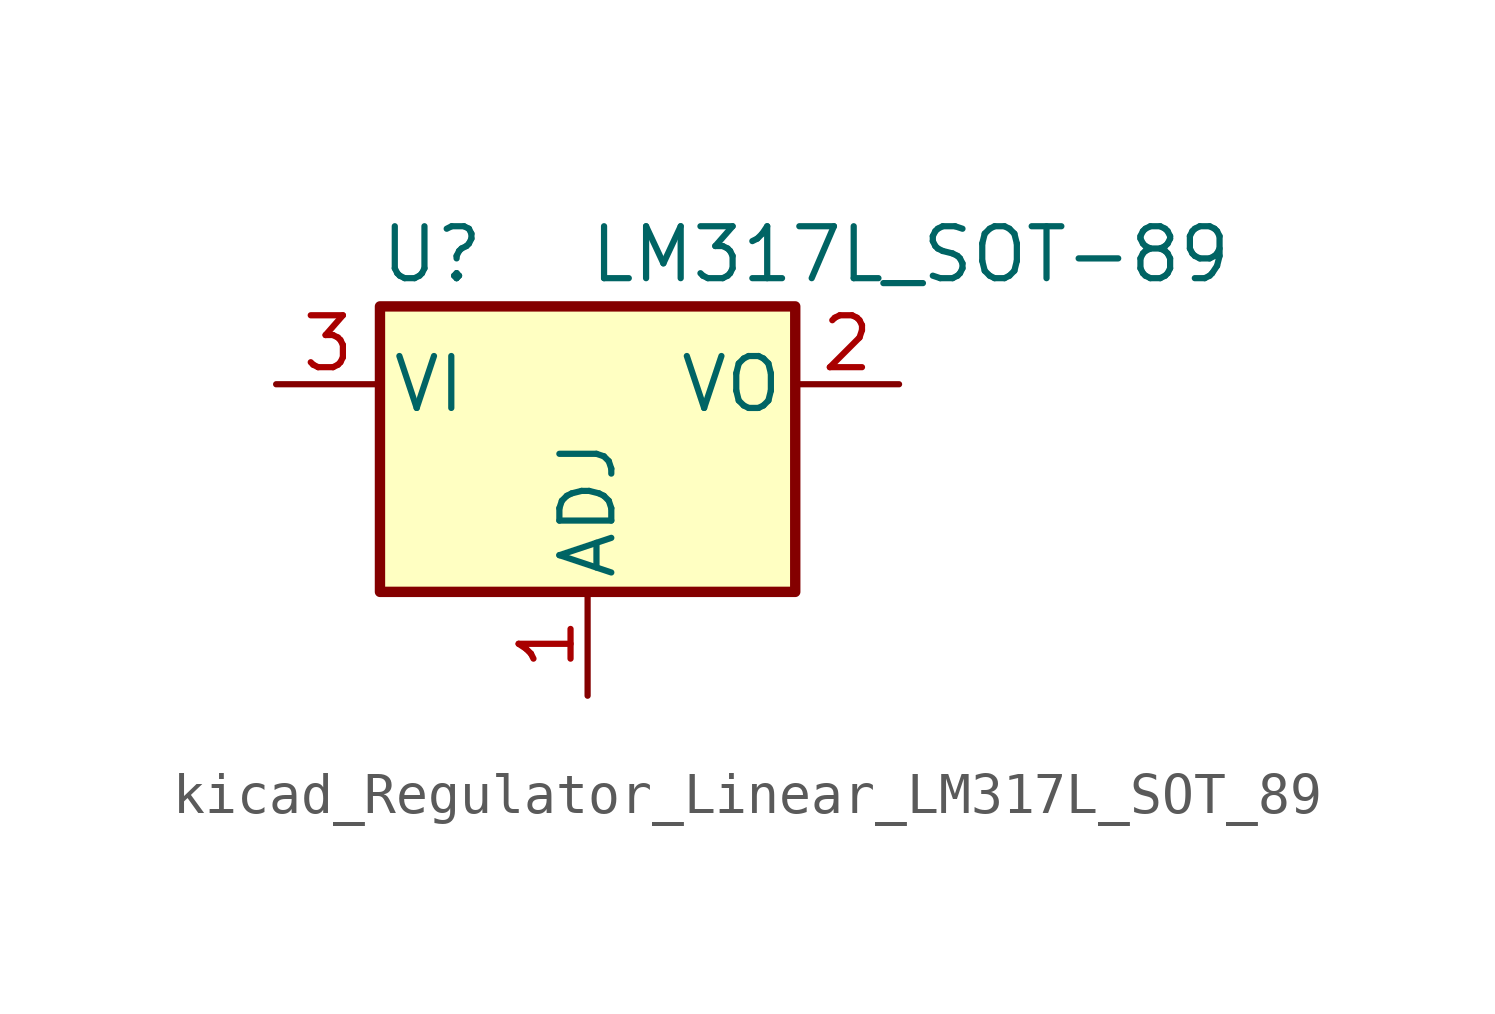
<source format=kicad_sym>
(kicad_symbol_lib
  (version 20220914)
  (generator kicad_symbol_editor)
  (symbol "kicad_Regulator_Linear_LM317L_SOT_89"
    (pin_names
      (offset 0.254))
    (property "Reference" "U"
      (at -3.81 3.175 0)
      (effects (font (size 1.27 1.27))))
    (property "Value" "LM317L_SOT-89"
      (at 0 3.175 0)
      (effects (font (size 1.27 1.27)) (justify left)))
    (symbol "kicad_Regulator_Linear_LM317L_SOT_89_0_1"
      (rectangle (start -5.08 1.905) (end 5.08 -5.08) (stroke (width 0.254) (type default)) (fill (type background))))
    (symbol "kicad_Regulator_Linear_LM317L_SOT_89_1_1"
      (pin input line (at 0 -7.62 90) (length 2.54) (name "ADJ" (effects (font (size 1.27 1.27)))) (number "1" (effects (font (size 1.27 1.27)))))
      (pin power_out line (at 7.62 0 180) (length 2.54) (name "VO" (effects (font (size 1.27 1.27)))) (number "2" (effects (font (size 1.27 1.27)))))
      (pin power_in line (at -7.62 0 0) (length 2.54) (name "VI" (effects (font (size 1.27 1.27)))) (number "3" (effects (font (size 1.27 1.27))))))))
</source>
